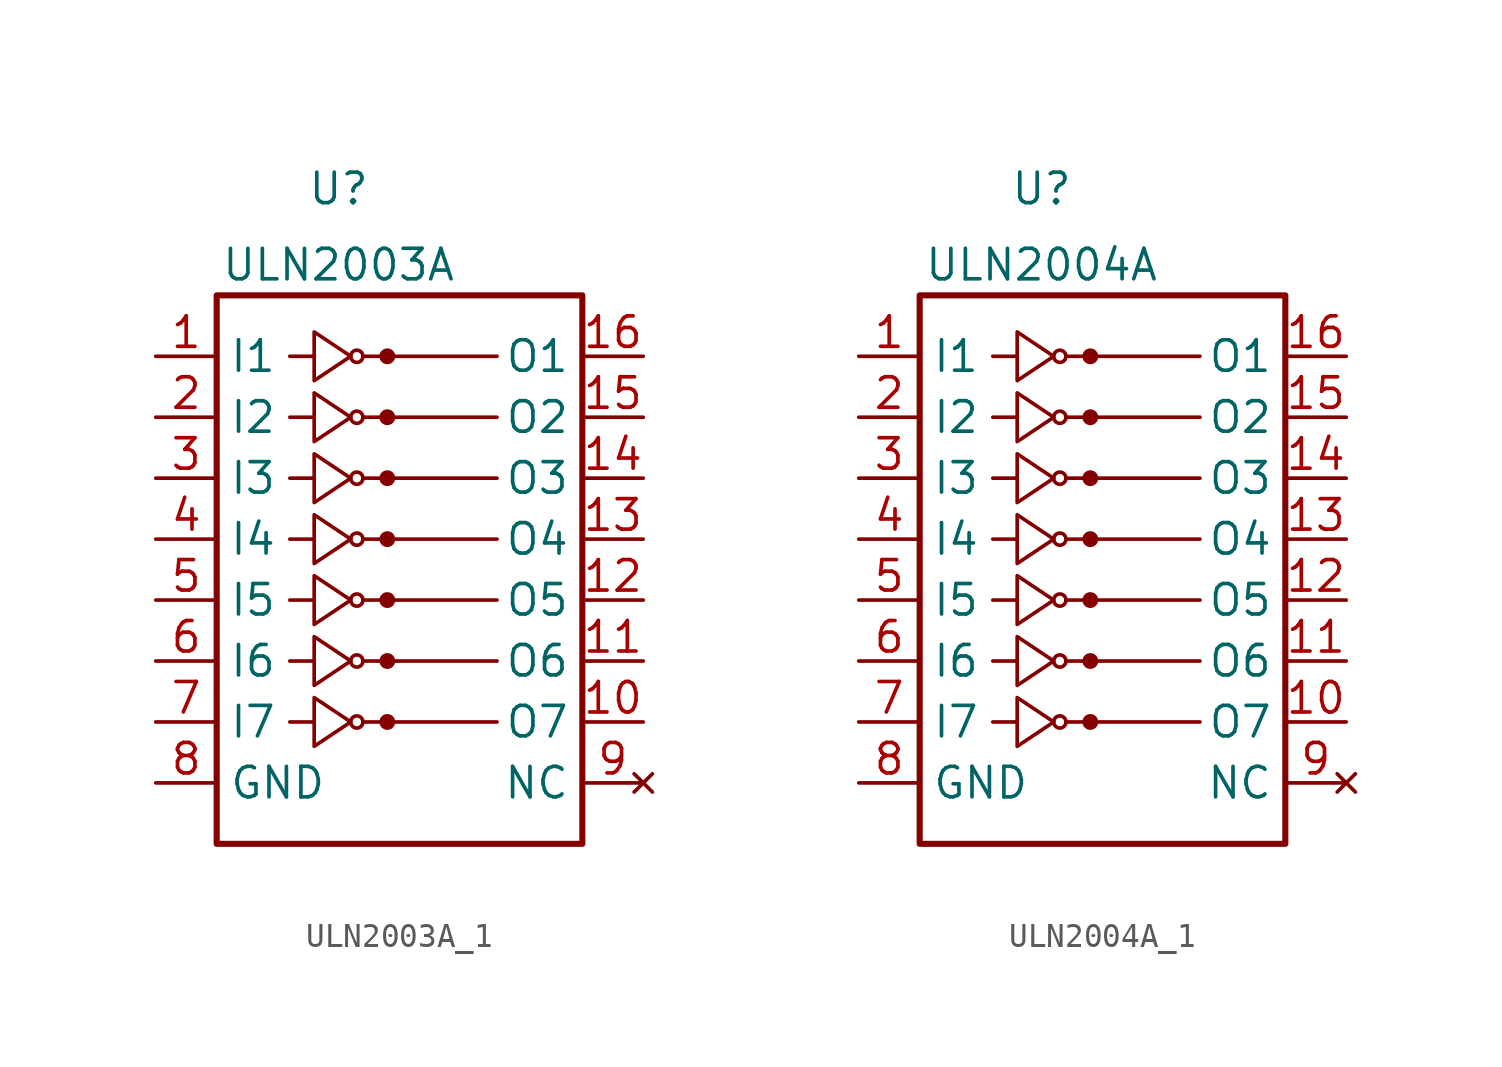
<source format=kicad_sym>
(kicad_symbol_lib
  (version 20231120)
  (generator "kicad_symbol_editor")
  (generator_version "8.0")
  (symbol "ULN2003A_1"
    (property "Reference" "U"
      (at -2.54 12.065 0)
      (effects (font (size 1.27 1.27))))
    (property "Value" "ULN2003A"
      (at -2.54 8.89 0)
      (effects (font (size 1.27 1.27))))
    (symbol "ULN2003A_1_0_1"
      (rectangle (start -7.62 -15.24) (end 7.62 7.62) (stroke (width 0.254) (type default)) (fill (type none)))
      (circle (center -1.778 5.08) (radius 0.254) (stroke (width 0) (type default)) (fill (type none)))
      (circle (center -0.508 5.08) (radius 0.254) (stroke (width 0) (type default)) (fill (type outline)))
      (polyline (pts (xy -4.572 5.08) (xy -3.556 5.08)) (stroke (width 0) (type default)) (fill (type none)))
      (polyline (pts (xy -1.524 5.08) (xy 4.064 5.08)) (stroke (width 0) (type default)) (fill (type none)))
      (polyline (pts (xy -3.556 6.096) (xy -3.556 4.064) (xy -2.032 5.08) (xy -3.556 6.096)) (stroke (width 0) (type default)) (fill (type none))))
    (symbol "ULN2003A_1_1_1"
      (circle (center -1.778 -10.16) (radius 0.254) (stroke (width 0) (type default)) (fill (type none)))
      (circle (center -1.778 -7.62) (radius 0.254) (stroke (width 0) (type default)) (fill (type none)))
      (circle (center -1.778 -5.08) (radius 0.254) (stroke (width 0) (type default)) (fill (type none)))
      (circle (center -1.778 -2.54) (radius 0.254) (stroke (width 0) (type default)) (fill (type none)))
      (circle (center -1.778 0) (radius 0.254) (stroke (width 0) (type default)) (fill (type none)))
      (circle (center -1.778 2.54) (radius 0.254) (stroke (width 0) (type default)) (fill (type none)))
      (circle (center -0.508 -10.16) (radius 0.254) (stroke (width 0) (type default)) (fill (type outline)))
      (circle (center -0.508 -7.62) (radius 0.254) (stroke (width 0) (type default)) (fill (type outline)))
      (circle (center -0.508 -5.08) (radius 0.254) (stroke (width 0) (type default)) (fill (type outline)))
      (circle (center -0.508 -2.54) (radius 0.254) (stroke (width 0) (type default)) (fill (type outline)))
      (circle (center -0.508 0) (radius 0.254) (stroke (width 0) (type default)) (fill (type outline)))
      (circle (center -0.508 2.54) (radius 0.254) (stroke (width 0) (type default)) (fill (type outline)))
      (polyline (pts (xy -4.572 -10.16) (xy -3.556 -10.16)) (stroke (width 0) (type default)) (fill (type none)))
      (polyline (pts (xy -4.572 -7.62) (xy -3.556 -7.62)) (stroke (width 0) (type default)) (fill (type none)))
      (polyline (pts (xy -4.572 -5.08) (xy -3.556 -5.08)) (stroke (width 0) (type default)) (fill (type none)))
      (polyline (pts (xy -4.572 -2.54) (xy -3.556 -2.54)) (stroke (width 0) (type default)) (fill (type none)))
      (polyline (pts (xy -4.572 0) (xy -3.556 0)) (stroke (width 0) (type default)) (fill (type none)))
      (polyline (pts (xy -4.572 2.54) (xy -3.556 2.54)) (stroke (width 0) (type default)) (fill (type none)))
      (polyline (pts (xy -1.524 -10.16) (xy 4.064 -10.16)) (stroke (width 0) (type default)) (fill (type none)))
      (polyline (pts (xy -1.524 -7.62) (xy 4.064 -7.62)) (stroke (width 0) (type default)) (fill (type none)))
      (polyline (pts (xy -1.524 -5.08) (xy 4.064 -5.08)) (stroke (width 0) (type default)) (fill (type none)))
      (polyline (pts (xy -1.524 -2.54) (xy 4.064 -2.54)) (stroke (width 0) (type default)) (fill (type none)))
      (polyline (pts (xy -1.524 0) (xy 4.064 0)) (stroke (width 0) (type default)) (fill (type none)))
      (polyline (pts (xy -1.524 2.54) (xy 4.064 2.54)) (stroke (width 0) (type default)) (fill (type none)))
      (polyline (pts (xy -3.556 -9.144) (xy -3.556 -11.176) (xy -2.032 -10.16) (xy -3.556 -9.144)) (stroke (width 0) (type default)) (fill (type none)))
      (polyline (pts (xy -3.556 -6.604) (xy -3.556 -8.636) (xy -2.032 -7.62) (xy -3.556 -6.604)) (stroke (width 0) (type default)) (fill (type none)))
      (polyline (pts (xy -3.556 -4.064) (xy -3.556 -6.096) (xy -2.032 -5.08) (xy -3.556 -4.064)) (stroke (width 0) (type default)) (fill (type none)))
      (polyline (pts (xy -3.556 -1.524) (xy -3.556 -3.556) (xy -2.032 -2.54) (xy -3.556 -1.524)) (stroke (width 0) (type default)) (fill (type none)))
      (polyline (pts (xy -3.556 1.016) (xy -3.556 -1.016) (xy -2.032 0) (xy -3.556 1.016)) (stroke (width 0) (type default)) (fill (type none)))
      (polyline (pts (xy -3.556 3.556) (xy -3.556 1.524) (xy -2.032 2.54) (xy -3.556 3.556)) (stroke (width 0) (type default)) (fill (type none)))
      (pin input line (at -10.16 5.08 0) (length 2.54) (name "I1" (effects (font (size 1.27 1.27)))) (number "1" (effects (font (size 1.27 1.27)))))
      (pin open_collector line (at 10.16 -10.16 180) (length 2.54) (name "O7" (effects (font (size 1.27 1.27)))) (number "10" (effects (font (size 1.27 1.27)))))
      (pin open_collector line (at 10.16 -7.62 180) (length 2.54) (name "O6" (effects (font (size 1.27 1.27)))) (number "11" (effects (font (size 1.27 1.27)))))
      (pin open_collector line (at 10.16 -5.08 180) (length 2.54) (name "O5" (effects (font (size 1.27 1.27)))) (number "12" (effects (font (size 1.27 1.27)))))
      (pin open_collector line (at 10.16 -2.54 180) (length 2.54) (name "O4" (effects (font (size 1.27 1.27)))) (number "13" (effects (font (size 1.27 1.27)))))
      (pin open_collector line (at 10.16 0 180) (length 2.54) (name "O3" (effects (font (size 1.27 1.27)))) (number "14" (effects (font (size 1.27 1.27)))))
      (pin open_collector line (at 10.16 2.54 180) (length 2.54) (name "O2" (effects (font (size 1.27 1.27)))) (number "15" (effects (font (size 1.27 1.27)))))
      (pin open_collector line (at 10.16 5.08 180) (length 2.54) (name "O1" (effects (font (size 1.27 1.27)))) (number "16" (effects (font (size 1.27 1.27)))))
      (pin input line (at -10.16 2.54 0) (length 2.54) (name "I2" (effects (font (size 1.27 1.27)))) (number "2" (effects (font (size 1.27 1.27)))))
      (pin input line (at -10.16 0 0) (length 2.54) (name "I3" (effects (font (size 1.27 1.27)))) (number "3" (effects (font (size 1.27 1.27)))))
      (pin input line (at -10.16 -2.54 0) (length 2.54) (name "I4" (effects (font (size 1.27 1.27)))) (number "4" (effects (font (size 1.27 1.27)))))
      (pin input line (at -10.16 -5.08 0) (length 2.54) (name "I5" (effects (font (size 1.27 1.27)))) (number "5" (effects (font (size 1.27 1.27)))))
      (pin input line (at -10.16 -7.62 0) (length 2.54) (name "I6" (effects (font (size 1.27 1.27)))) (number "6" (effects (font (size 1.27 1.27)))))
      (pin input line (at -10.16 -10.16 0) (length 2.54) (name "I7" (effects (font (size 1.27 1.27)))) (number "7" (effects (font (size 1.27 1.27)))))
      (pin power_in line (at -10.16 -12.7 0) (length 2.54) (name "GND" (effects (font (size 1.27 1.27)))) (number "8" (effects (font (size 1.27 1.27)))))
      (pin no_connect line (at 10.16 -12.7 180) (length 2.54) (name "NC" (effects (font (size 1.27 1.27)))) (number "9" (effects (font (size 1.27 1.27)))))))
  (symbol "ULN2004A_1"
    (property "Reference" "U"
      (at -2.54 12.065 0)
      (effects (font (size 1.27 1.27))))
    (property "Value" "ULN2004A"
      (at -2.54 8.89 0)
      (effects (font (size 1.27 1.27))))
    (symbol "ULN2004A_1_0_1"
      (rectangle (start -7.62 -15.24) (end 7.62 7.62) (stroke (width 0.254) (type default)) (fill (type none)))
      (circle (center -1.778 5.08) (radius 0.254) (stroke (width 0) (type default)) (fill (type none)))
      (circle (center -0.508 5.08) (radius 0.254) (stroke (width 0) (type default)) (fill (type outline)))
      (polyline (pts (xy -4.572 5.08) (xy -3.556 5.08)) (stroke (width 0) (type default)) (fill (type none)))
      (polyline (pts (xy -1.524 5.08) (xy 4.064 5.08)) (stroke (width 0) (type default)) (fill (type none)))
      (polyline (pts (xy -3.556 6.096) (xy -3.556 4.064) (xy -2.032 5.08) (xy -3.556 6.096)) (stroke (width 0) (type default)) (fill (type none))))
    (symbol "ULN2004A_1_1_1"
      (circle (center -1.778 -10.16) (radius 0.254) (stroke (width 0) (type default)) (fill (type none)))
      (circle (center -1.778 -7.62) (radius 0.254) (stroke (width 0) (type default)) (fill (type none)))
      (circle (center -1.778 -5.08) (radius 0.254) (stroke (width 0) (type default)) (fill (type none)))
      (circle (center -1.778 -2.54) (radius 0.254) (stroke (width 0) (type default)) (fill (type none)))
      (circle (center -1.778 0) (radius 0.254) (stroke (width 0) (type default)) (fill (type none)))
      (circle (center -1.778 2.54) (radius 0.254) (stroke (width 0) (type default)) (fill (type none)))
      (circle (center -0.508 -10.16) (radius 0.254) (stroke (width 0) (type default)) (fill (type outline)))
      (circle (center -0.508 -7.62) (radius 0.254) (stroke (width 0) (type default)) (fill (type outline)))
      (circle (center -0.508 -5.08) (radius 0.254) (stroke (width 0) (type default)) (fill (type outline)))
      (circle (center -0.508 -2.54) (radius 0.254) (stroke (width 0) (type default)) (fill (type outline)))
      (circle (center -0.508 0) (radius 0.254) (stroke (width 0) (type default)) (fill (type outline)))
      (circle (center -0.508 2.54) (radius 0.254) (stroke (width 0) (type default)) (fill (type outline)))
      (polyline (pts (xy -4.572 -10.16) (xy -3.556 -10.16)) (stroke (width 0) (type default)) (fill (type none)))
      (polyline (pts (xy -4.572 -7.62) (xy -3.556 -7.62)) (stroke (width 0) (type default)) (fill (type none)))
      (polyline (pts (xy -4.572 -5.08) (xy -3.556 -5.08)) (stroke (width 0) (type default)) (fill (type none)))
      (polyline (pts (xy -4.572 -2.54) (xy -3.556 -2.54)) (stroke (width 0) (type default)) (fill (type none)))
      (polyline (pts (xy -4.572 0) (xy -3.556 0)) (stroke (width 0) (type default)) (fill (type none)))
      (polyline (pts (xy -4.572 2.54) (xy -3.556 2.54)) (stroke (width 0) (type default)) (fill (type none)))
      (polyline (pts (xy -1.524 -10.16) (xy 4.064 -10.16)) (stroke (width 0) (type default)) (fill (type none)))
      (polyline (pts (xy -1.524 -7.62) (xy 4.064 -7.62)) (stroke (width 0) (type default)) (fill (type none)))
      (polyline (pts (xy -1.524 -5.08) (xy 4.064 -5.08)) (stroke (width 0) (type default)) (fill (type none)))
      (polyline (pts (xy -1.524 -2.54) (xy 4.064 -2.54)) (stroke (width 0) (type default)) (fill (type none)))
      (polyline (pts (xy -1.524 0) (xy 4.064 0)) (stroke (width 0) (type default)) (fill (type none)))
      (polyline (pts (xy -1.524 2.54) (xy 4.064 2.54)) (stroke (width 0) (type default)) (fill (type none)))
      (polyline (pts (xy -3.556 -9.144) (xy -3.556 -11.176) (xy -2.032 -10.16) (xy -3.556 -9.144)) (stroke (width 0) (type default)) (fill (type none)))
      (polyline (pts (xy -3.556 -6.604) (xy -3.556 -8.636) (xy -2.032 -7.62) (xy -3.556 -6.604)) (stroke (width 0) (type default)) (fill (type none)))
      (polyline (pts (xy -3.556 -4.064) (xy -3.556 -6.096) (xy -2.032 -5.08) (xy -3.556 -4.064)) (stroke (width 0) (type default)) (fill (type none)))
      (polyline (pts (xy -3.556 -1.524) (xy -3.556 -3.556) (xy -2.032 -2.54) (xy -3.556 -1.524)) (stroke (width 0) (type default)) (fill (type none)))
      (polyline (pts (xy -3.556 1.016) (xy -3.556 -1.016) (xy -2.032 0) (xy -3.556 1.016)) (stroke (width 0) (type default)) (fill (type none)))
      (polyline (pts (xy -3.556 3.556) (xy -3.556 1.524) (xy -2.032 2.54) (xy -3.556 3.556)) (stroke (width 0) (type default)) (fill (type none)))
      (pin input line (at -10.16 5.08 0) (length 2.54) (name "I1" (effects (font (size 1.27 1.27)))) (number "1" (effects (font (size 1.27 1.27)))))
      (pin open_collector line (at 10.16 -10.16 180) (length 2.54) (name "O7" (effects (font (size 1.27 1.27)))) (number "10" (effects (font (size 1.27 1.27)))))
      (pin open_collector line (at 10.16 -7.62 180) (length 2.54) (name "O6" (effects (font (size 1.27 1.27)))) (number "11" (effects (font (size 1.27 1.27)))))
      (pin open_collector line (at 10.16 -5.08 180) (length 2.54) (name "O5" (effects (font (size 1.27 1.27)))) (number "12" (effects (font (size 1.27 1.27)))))
      (pin open_collector line (at 10.16 -2.54 180) (length 2.54) (name "O4" (effects (font (size 1.27 1.27)))) (number "13" (effects (font (size 1.27 1.27)))))
      (pin open_collector line (at 10.16 0 180) (length 2.54) (name "O3" (effects (font (size 1.27 1.27)))) (number "14" (effects (font (size 1.27 1.27)))))
      (pin open_collector line (at 10.16 2.54 180) (length 2.54) (name "O2" (effects (font (size 1.27 1.27)))) (number "15" (effects (font (size 1.27 1.27)))))
      (pin open_collector line (at 10.16 5.08 180) (length 2.54) (name "O1" (effects (font (size 1.27 1.27)))) (number "16" (effects (font (size 1.27 1.27)))))
      (pin input line (at -10.16 2.54 0) (length 2.54) (name "I2" (effects (font (size 1.27 1.27)))) (number "2" (effects (font (size 1.27 1.27)))))
      (pin input line (at -10.16 0 0) (length 2.54) (name "I3" (effects (font (size 1.27 1.27)))) (number "3" (effects (font (size 1.27 1.27)))))
      (pin input line (at -10.16 -2.54 0) (length 2.54) (name "I4" (effects (font (size 1.27 1.27)))) (number "4" (effects (font (size 1.27 1.27)))))
      (pin input line (at -10.16 -5.08 0) (length 2.54) (name "I5" (effects (font (size 1.27 1.27)))) (number "5" (effects (font (size 1.27 1.27)))))
      (pin input line (at -10.16 -7.62 0) (length 2.54) (name "I6" (effects (font (size 1.27 1.27)))) (number "6" (effects (font (size 1.27 1.27)))))
      (pin input line (at -10.16 -10.16 0) (length 2.54) (name "I7" (effects (font (size 1.27 1.27)))) (number "7" (effects (font (size 1.27 1.27)))))
      (pin power_in line (at -10.16 -12.7 0) (length 2.54) (name "GND" (effects (font (size 1.27 1.27)))) (number "8" (effects (font (size 1.27 1.27)))))
      (pin no_connect line (at 10.16 -12.7 180) (length 2.54) (name "NC" (effects (font (size 1.27 1.27)))) (number "9" (effects (font (size 1.27 1.27))))))))
</source>
